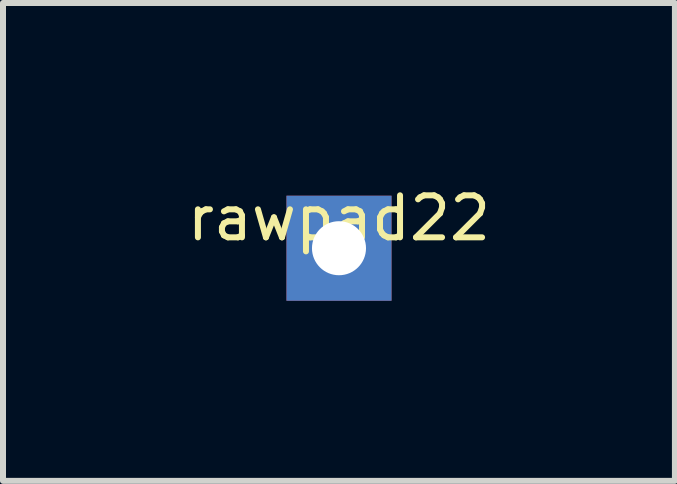
<source format=kicad_pcb>
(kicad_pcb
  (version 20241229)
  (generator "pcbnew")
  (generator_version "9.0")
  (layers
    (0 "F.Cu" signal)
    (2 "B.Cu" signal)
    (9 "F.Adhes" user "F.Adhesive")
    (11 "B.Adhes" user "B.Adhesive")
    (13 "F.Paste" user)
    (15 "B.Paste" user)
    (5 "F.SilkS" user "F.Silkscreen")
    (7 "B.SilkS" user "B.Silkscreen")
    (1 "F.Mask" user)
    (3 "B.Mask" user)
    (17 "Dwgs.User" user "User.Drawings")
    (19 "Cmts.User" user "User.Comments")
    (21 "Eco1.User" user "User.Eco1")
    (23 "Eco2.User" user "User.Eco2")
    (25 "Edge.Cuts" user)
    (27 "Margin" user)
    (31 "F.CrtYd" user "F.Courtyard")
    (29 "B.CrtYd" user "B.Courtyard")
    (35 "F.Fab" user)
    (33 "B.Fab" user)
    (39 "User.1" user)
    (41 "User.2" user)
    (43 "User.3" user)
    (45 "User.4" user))
  (footprint "rawpad22"
    (layer "F.Cu")
    (at 2.597 1.085)
    (property "Reference" "rawpad22" (at 0 -0.5 0) (unlocked yes) (layer "F.SilkS") (effects (font (size 0.7 0.7) (thickness 0.1))))
    (attr smd)
    (pad "1" thru_hole rect (at 0 0) (size 1.75 1.75) (drill 0.9) (layers "*.Cu" "*.Mask")))
  (gr_rect
    (start -3 -3)
    (end 8.193 4.96)
    (stroke (width 0.1) (type default))
    (fill no)
    (layer "Edge.Cuts")))
</source>
